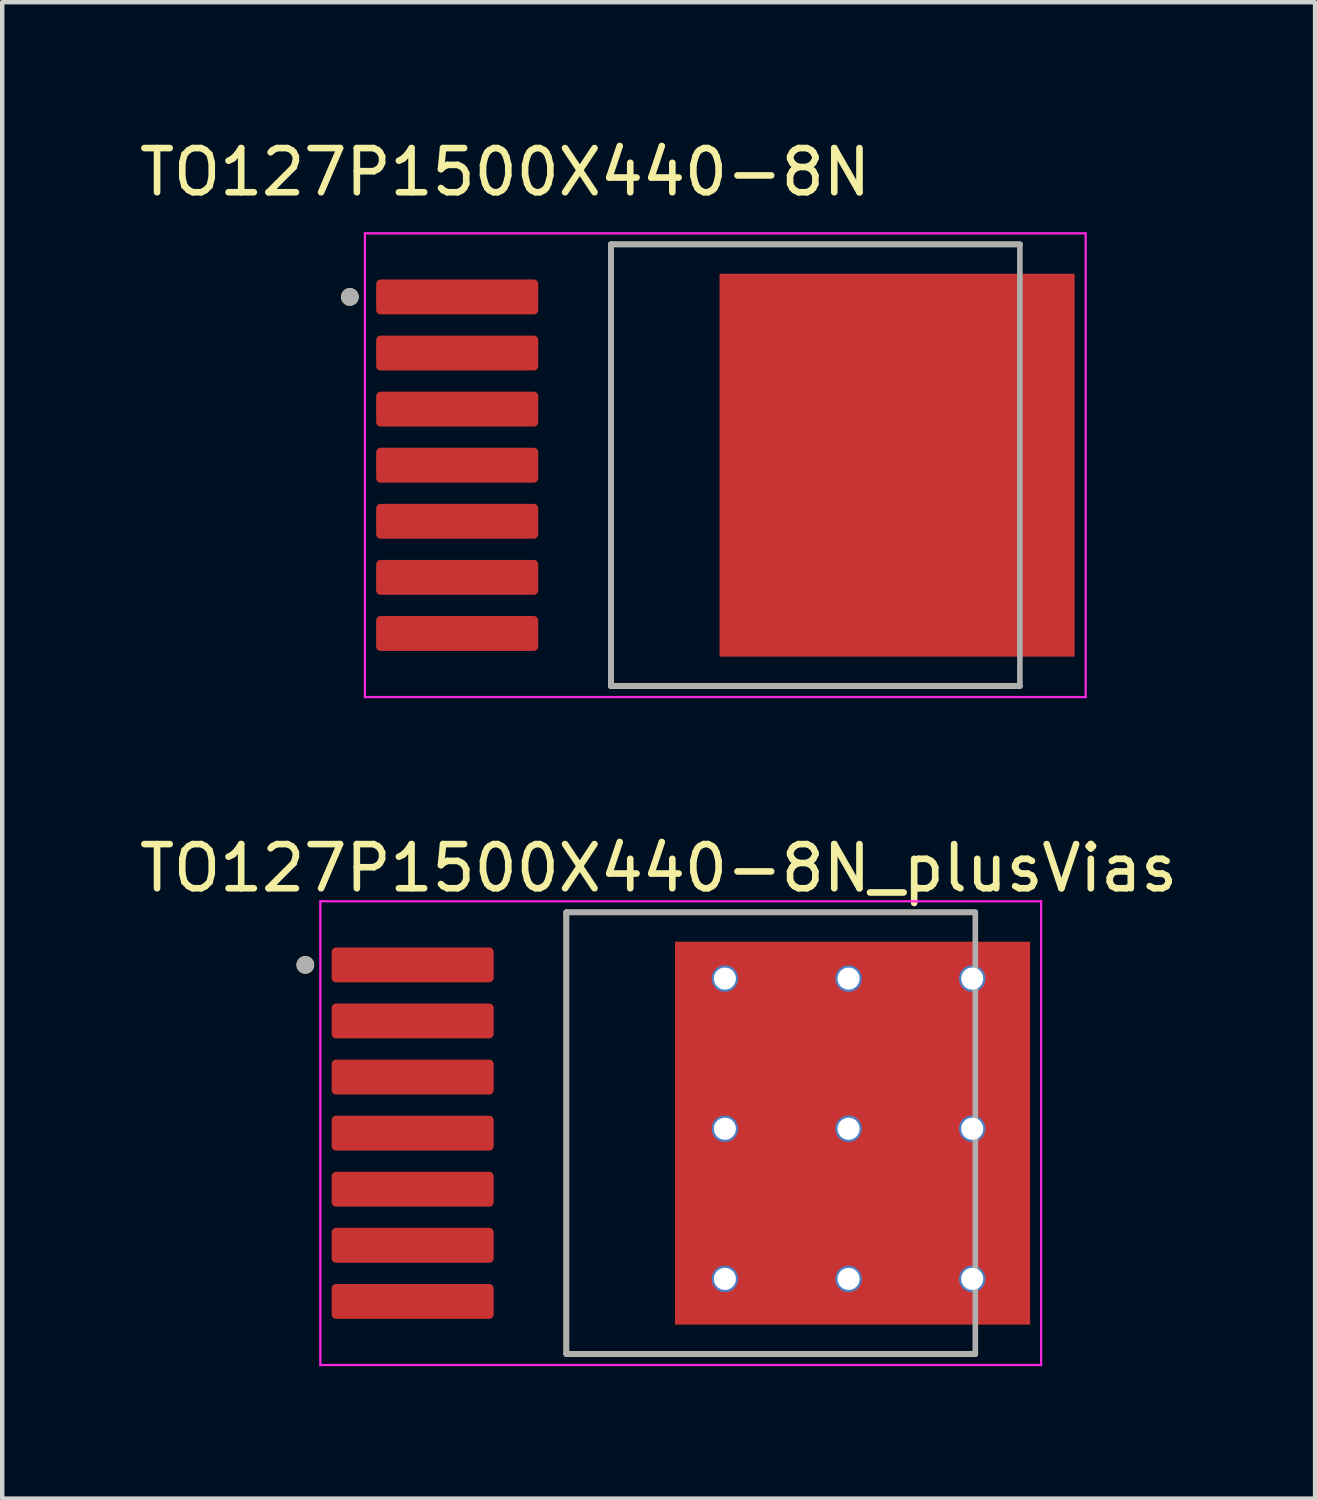
<source format=kicad_pcb>
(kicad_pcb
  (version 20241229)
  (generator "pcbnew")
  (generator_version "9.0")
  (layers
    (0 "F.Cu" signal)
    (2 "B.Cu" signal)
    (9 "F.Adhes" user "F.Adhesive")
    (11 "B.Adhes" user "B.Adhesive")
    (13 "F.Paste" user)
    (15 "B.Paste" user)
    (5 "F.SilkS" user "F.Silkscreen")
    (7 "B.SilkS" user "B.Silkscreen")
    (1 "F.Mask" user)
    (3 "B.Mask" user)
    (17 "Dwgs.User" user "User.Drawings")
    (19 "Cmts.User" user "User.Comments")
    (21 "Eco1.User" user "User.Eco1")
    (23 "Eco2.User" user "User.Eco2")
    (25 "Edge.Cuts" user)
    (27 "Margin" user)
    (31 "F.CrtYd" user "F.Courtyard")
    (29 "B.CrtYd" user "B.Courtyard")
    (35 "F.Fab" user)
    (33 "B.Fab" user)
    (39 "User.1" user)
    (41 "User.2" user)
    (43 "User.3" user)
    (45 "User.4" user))
  (footprint "TO127P1500X440-8N"
    (layer "F.Cu")
    (at 13.372 7.483)
    (property "Reference" "TO127P1500X440-8N" (at -4.985 -6.635 0) (layer "F.SilkS") (effects (font (size 1 1) (thickness 0.15))))
    (attr smd)
    (fp_line (start -2.59 -5) (end -2.59 5) (stroke (width 0.127) (type solid)) (layer "F.SilkS"))
    (fp_line (start -2.59 5) (end 6.67 5) (stroke (width 0.127) (type solid)) (layer "F.SilkS"))
    (fp_line (start 6.67 -5) (end -2.59 -5) (stroke (width 0.127) (type solid)) (layer "F.SilkS"))
    (fp_circle (center -8.5 -3.81) (end -8.4 -3.81) (stroke (width 0.2) (type solid)) (fill no) (layer "F.SilkS"))
    (fp_poly (pts (xy 0.38 -3.955) (xy 2.04 -3.955) (xy 2.04 -2.555) (xy 0.38 -2.555)) (stroke (width 0.01) (type solid)) (fill yes) (layer "F.Paste"))
    (fp_poly (pts (xy 0.38 -1.785) (xy 2.04 -1.785) (xy 2.04 -0.385) (xy 0.38 -0.385)) (stroke (width 0.01) (type solid)) (fill yes) (layer "F.Paste"))
    (fp_poly (pts (xy 0.38 0.385) (xy 2.04 0.385) (xy 2.04 1.785) (xy 0.38 1.785)) (stroke (width 0.01) (type solid)) (fill yes) (layer "F.Paste"))
    (fp_poly (pts (xy 0.38 2.555) (xy 2.04 2.555) (xy 2.04 3.955) (xy 0.38 3.955)) (stroke (width 0.01) (type solid)) (fill yes) (layer "F.Paste"))
    (fp_poly (pts (xy 3.06 -3.955) (xy 4.72 -3.955) (xy 4.72 -2.555) (xy 3.06 -2.555)) (stroke (width 0.01) (type solid)) (fill yes) (layer "F.Paste"))
    (fp_poly (pts (xy 3.06 -1.785) (xy 4.72 -1.785) (xy 4.72 -0.385) (xy 3.06 -0.385)) (stroke (width 0.01) (type solid)) (fill yes) (layer "F.Paste"))
    (fp_poly (pts (xy 3.06 0.385) (xy 4.72 0.385) (xy 4.72 1.785) (xy 3.06 1.785)) (stroke (width 0.01) (type solid)) (fill yes) (layer "F.Paste"))
    (fp_poly (pts (xy 3.06 2.555) (xy 4.72 2.555) (xy 4.72 3.955) (xy 3.06 3.955)) (stroke (width 0.01) (type solid)) (fill yes) (layer "F.Paste"))
    (fp_poly (pts (xy 5.74 -3.955) (xy 7.4 -3.955) (xy 7.4 -2.555) (xy 5.74 -2.555)) (stroke (width 0.01) (type solid)) (fill yes) (layer "F.Paste"))
    (fp_poly (pts (xy 5.74 -1.785) (xy 7.4 -1.785) (xy 7.4 -0.385) (xy 5.74 -0.385)) (stroke (width 0.01) (type solid)) (fill yes) (layer "F.Paste"))
    (fp_poly (pts (xy 5.74 0.385) (xy 7.4 0.385) (xy 7.4 1.785) (xy 5.74 1.785)) (stroke (width 0.01) (type solid)) (fill yes) (layer "F.Paste"))
    (fp_poly (pts (xy 5.74 2.555) (xy 7.4 2.555) (xy 7.4 3.955) (xy 5.74 3.955)) (stroke (width 0.01) (type solid)) (fill yes) (layer "F.Paste"))
    (fp_line (start -8.16 -5.25) (end 8.16 -5.25) (stroke (width 0.05) (type solid)) (layer "F.CrtYd"))
    (fp_line (start -8.16 5.25) (end -8.16 -5.25) (stroke (width 0.05) (type solid)) (layer "F.CrtYd"))
    (fp_line (start 8.16 -5.25) (end 8.16 5.25) (stroke (width 0.05) (type solid)) (layer "F.CrtYd"))
    (fp_line (start 8.16 5.25) (end -8.16 5.25) (stroke (width 0.05) (type solid)) (layer "F.CrtYd"))
    (fp_line (start -2.59 -5) (end 6.67 -5) (stroke (width 0.127) (type solid)) (layer "F.Fab"))
    (fp_line (start -2.59 5) (end -2.59 -5) (stroke (width 0.127) (type solid)) (layer "F.Fab"))
    (fp_line (start 6.67 -5) (end 6.67 5) (stroke (width 0.127) (type solid)) (layer "F.Fab"))
    (fp_line (start 6.67 5) (end -2.59 5) (stroke (width 0.127) (type solid)) (layer "F.Fab"))
    (fp_circle (center -8.5 -3.81) (end -8.4 -3.81) (stroke (width 0.2) (type solid)) (fill no) (layer "F.Fab"))
    (pad "1" smd roundrect (at -6.07 -3.81) (size 3.67 0.79) (layers "F.Cu" "F.Mask" "F.Paste") (roundrect_rratio 0.125))
    (pad "2" smd roundrect (at -6.07 -2.54) (size 3.67 0.79) (layers "F.Cu" "F.Mask" "F.Paste") (roundrect_rratio 0.125))
    (pad "3" smd roundrect (at -6.07 -1.27) (size 3.67 0.79) (layers "F.Cu" "F.Mask" "F.Paste") (roundrect_rratio 0.125))
    (pad "4" smd roundrect (at -6.07 0) (size 3.67 0.79) (layers "F.Cu" "F.Mask" "F.Paste") (roundrect_rratio 0.125))
    (pad "5" smd roundrect (at -6.07 1.27) (size 3.67 0.79) (layers "F.Cu" "F.Mask" "F.Paste") (roundrect_rratio 0.125))
    (pad "6" smd roundrect (at -6.07 2.54) (size 3.67 0.79) (layers "F.Cu" "F.Mask" "F.Paste") (roundrect_rratio 0.125))
    (pad "7" smd roundrect (at -6.07 3.81) (size 3.67 0.79) (layers "F.Cu" "F.Mask" "F.Paste") (roundrect_rratio 0.125))
    (pad "8" smd rect (at 3.89 0) (size 8.04 8.67) (layers "F.Cu" "F.Mask")))
  (footprint "TO127P1500X440-8N_plusVias"
    (layer "F.Cu")
    (at 12.363 22.607)
    (property "Reference" "TO127P1500X440-8N_plusVias" (at -0.5 -6 0) (layer "F.SilkS") (effects (font (size 1 1) (thickness 0.15))))
    (attr smd)
    (fp_line (start -2.59 -5) (end -2.59 5) (stroke (width 0.127) (type solid)) (layer "F.SilkS"))
    (fp_line (start -2.59 5) (end 6.67 5) (stroke (width 0.127) (type solid)) (layer "F.SilkS"))
    (fp_line (start 6.67 -5) (end -2.59 -5) (stroke (width 0.127) (type solid)) (layer "F.SilkS"))
    (fp_circle (center -8.5 -3.81) (end -8.4 -3.81) (stroke (width 0.2) (type solid)) (fill no) (layer "F.SilkS"))
    (fp_poly (pts (xy 0.38 -3.955) (xy 2.04 -3.955) (xy 2.04 -2.555) (xy 0.38 -2.555)) (stroke (width 0.01) (type solid)) (fill yes) (layer "F.Paste"))
    (fp_poly (pts (xy 0.38 -1.785) (xy 2.04 -1.785) (xy 2.04 -0.385) (xy 0.38 -0.385)) (stroke (width 0.01) (type solid)) (fill yes) (layer "F.Paste"))
    (fp_poly (pts (xy 0.38 0.385) (xy 2.04 0.385) (xy 2.04 1.785) (xy 0.38 1.785)) (stroke (width 0.01) (type solid)) (fill yes) (layer "F.Paste"))
    (fp_poly (pts (xy 0.38 2.555) (xy 2.04 2.555) (xy 2.04 3.955) (xy 0.38 3.955)) (stroke (width 0.01) (type solid)) (fill yes) (layer "F.Paste"))
    (fp_poly (pts (xy 3.06 -3.955) (xy 4.72 -3.955) (xy 4.72 -2.555) (xy 3.06 -2.555)) (stroke (width 0.01) (type solid)) (fill yes) (layer "F.Paste"))
    (fp_poly (pts (xy 3.06 -1.785) (xy 4.72 -1.785) (xy 4.72 -0.385) (xy 3.06 -0.385)) (stroke (width 0.01) (type solid)) (fill yes) (layer "F.Paste"))
    (fp_poly (pts (xy 3.06 0.385) (xy 4.72 0.385) (xy 4.72 1.785) (xy 3.06 1.785)) (stroke (width 0.01) (type solid)) (fill yes) (layer "F.Paste"))
    (fp_poly (pts (xy 3.06 2.555) (xy 4.72 2.555) (xy 4.72 3.955) (xy 3.06 3.955)) (stroke (width 0.01) (type solid)) (fill yes) (layer "F.Paste"))
    (fp_poly (pts (xy 5.74 -3.955) (xy 7.4 -3.955) (xy 7.4 -2.555) (xy 5.74 -2.555)) (stroke (width 0.01) (type solid)) (fill yes) (layer "F.Paste"))
    (fp_poly (pts (xy 5.74 -1.785) (xy 7.4 -1.785) (xy 7.4 -0.385) (xy 5.74 -0.385)) (stroke (width 0.01) (type solid)) (fill yes) (layer "F.Paste"))
    (fp_poly (pts (xy 5.74 0.385) (xy 7.4 0.385) (xy 7.4 1.785) (xy 5.74 1.785)) (stroke (width 0.01) (type solid)) (fill yes) (layer "F.Paste"))
    (fp_poly (pts (xy 5.74 2.555) (xy 7.4 2.555) (xy 7.4 3.955) (xy 5.74 3.955)) (stroke (width 0.01) (type solid)) (fill yes) (layer "F.Paste"))
    (fp_line (start -8.16 -5.25) (end 8.16 -5.25) (stroke (width 0.05) (type solid)) (layer "F.CrtYd"))
    (fp_line (start -8.16 5.25) (end -8.16 -5.25) (stroke (width 0.05) (type solid)) (layer "F.CrtYd"))
    (fp_line (start 8.16 -5.25) (end 8.16 5.25) (stroke (width 0.05) (type solid)) (layer "F.CrtYd"))
    (fp_line (start 8.16 5.25) (end -8.16 5.25) (stroke (width 0.05) (type solid)) (layer "F.CrtYd"))
    (fp_line (start -2.59 -5) (end 6.67 -5) (stroke (width 0.127) (type solid)) (layer "F.Fab"))
    (fp_line (start -2.59 5) (end -2.59 -5) (stroke (width 0.127) (type solid)) (layer "F.Fab"))
    (fp_line (start 6.67 -5) (end 6.67 5) (stroke (width 0.127) (type solid)) (layer "F.Fab"))
    (fp_line (start 6.67 5) (end -2.59 5) (stroke (width 0.127) (type solid)) (layer "F.Fab"))
    (fp_circle (center -8.5 -3.81) (end -8.4 -3.81) (stroke (width 0.2) (type solid)) (fill no) (layer "F.Fab"))
    (pad "1" smd roundrect (at -6.07 -3.81) (size 3.67 0.79) (layers "F.Cu" "F.Mask" "F.Paste") (roundrect_rratio 0.125))
    (pad "2" smd roundrect (at -6.07 -2.54) (size 3.67 0.79) (layers "F.Cu" "F.Mask" "F.Paste") (roundrect_rratio 0.125))
    (pad "3" smd roundrect (at -6.07 -1.27) (size 3.67 0.79) (layers "F.Cu" "F.Mask" "F.Paste") (roundrect_rratio 0.125))
    (pad "4" smd roundrect (at -6.07 0) (size 3.67 0.79) (layers "F.Cu" "F.Mask" "F.Paste") (roundrect_rratio 0.125))
    (pad "5" smd roundrect (at -6.07 1.27) (size 3.67 0.79) (layers "F.Cu" "F.Mask" "F.Paste") (roundrect_rratio 0.125))
    (pad "6" smd roundrect (at -6.07 2.54) (size 3.67 0.79) (layers "F.Cu" "F.Mask" "F.Paste") (roundrect_rratio 0.125))
    (pad "7" smd roundrect (at -6.07 3.81) (size 3.67 0.79) (layers "F.Cu" "F.Mask" "F.Paste") (roundrect_rratio 0.125))
    (pad "8" thru_hole circle (at 1 -3.5) (size 0.6 0.6) (drill 0.5) (property pad_prop_heatsink) (layers "*.Cu"))
    (pad "8" thru_hole circle (at 1 -0.1) (size 0.6 0.6) (drill 0.5) (property pad_prop_heatsink) (layers "*.Cu"))
    (pad "8" thru_hole circle (at 1 3.3) (size 0.6 0.6) (drill 0.5) (property pad_prop_heatsink) (layers "*.Cu"))
    (pad "8" thru_hole circle (at 3.8 -3.5) (size 0.6 0.6) (drill 0.5) (property pad_prop_heatsink) (layers "*.Cu"))
    (pad "8" thru_hole circle (at 3.8 -0.1) (size 0.6 0.6) (drill 0.5) (property pad_prop_heatsink) (layers "*.Cu"))
    (pad "8" thru_hole circle (at 3.8 3.3) (size 0.6 0.6) (drill 0.5) (property pad_prop_heatsink) (layers "*.Cu"))
    (pad "8" smd rect (at 3.89 0) (size 8.04 8.67) (layers "F.Cu" "F.Mask"))
    (pad "8" thru_hole circle (at 6.6 -3.5) (size 0.6 0.6) (drill 0.5) (property pad_prop_heatsink) (layers "*.Cu"))
    (pad "8" thru_hole circle (at 6.6 -0.1) (size 0.6 0.6) (drill 0.5) (property pad_prop_heatsink) (layers "*.Cu"))
    (pad "8" thru_hole circle (at 6.6 3.3) (size 0.6 0.6) (drill 0.5) (property pad_prop_heatsink) (layers "*.Cu")))
  (gr_rect
    (start -3 -3)
    (end 26.726 30.881)
    (stroke (width 0.1) (type default))
    (fill no)
    (layer "Edge.Cuts")))
</source>
